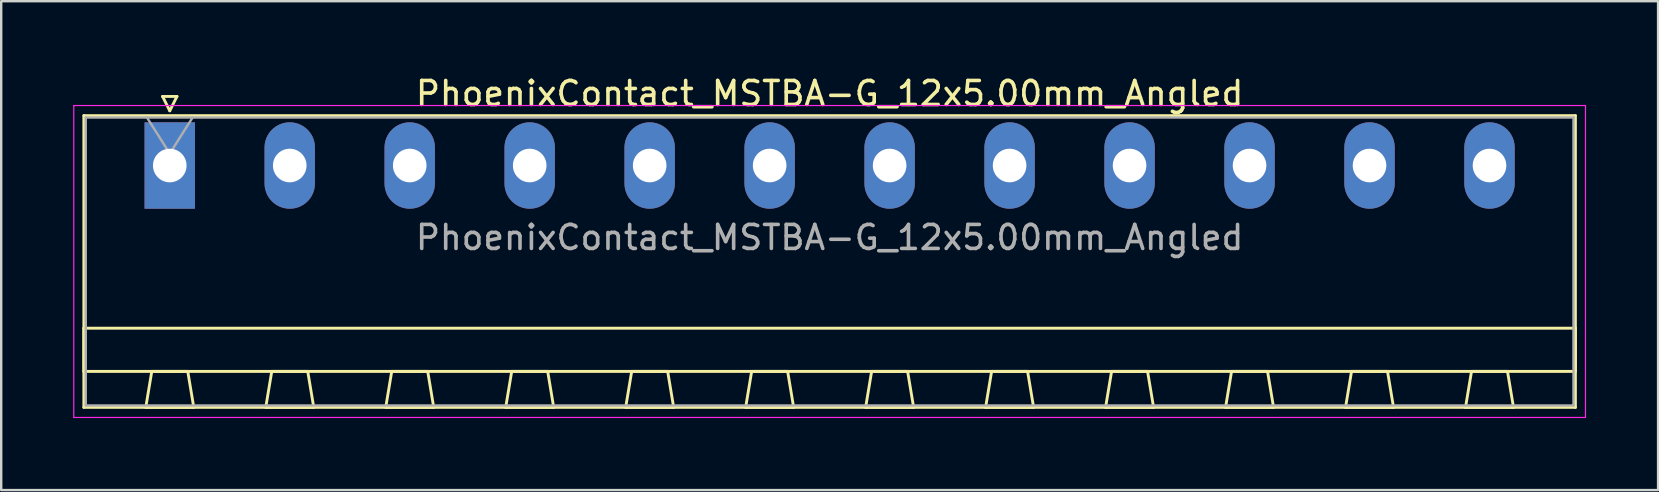
<source format=kicad_pcb>
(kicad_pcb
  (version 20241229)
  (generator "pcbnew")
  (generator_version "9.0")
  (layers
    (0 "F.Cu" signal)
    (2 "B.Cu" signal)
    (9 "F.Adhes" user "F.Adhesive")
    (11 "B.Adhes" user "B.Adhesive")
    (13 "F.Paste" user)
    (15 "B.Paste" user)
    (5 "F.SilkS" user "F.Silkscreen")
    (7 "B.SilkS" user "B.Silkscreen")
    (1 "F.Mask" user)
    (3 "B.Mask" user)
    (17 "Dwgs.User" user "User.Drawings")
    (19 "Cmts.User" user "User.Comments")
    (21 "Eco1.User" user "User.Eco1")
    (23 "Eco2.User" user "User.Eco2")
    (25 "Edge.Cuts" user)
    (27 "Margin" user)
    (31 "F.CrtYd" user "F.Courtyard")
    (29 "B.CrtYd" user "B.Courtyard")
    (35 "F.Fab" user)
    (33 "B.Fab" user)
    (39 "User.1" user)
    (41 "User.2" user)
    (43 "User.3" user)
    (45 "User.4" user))
  (footprint "PhoenixContact_MSTBA-G_12x5.00mm_Angled"
    (layer "F.Cu")
    (at 4.025 3.848)
    (property "Reference" "PhoenixContact_MSTBA-G_12x5.00mm_Angled" (at 27.5 -3 0) (layer "F.SilkS") (effects (font (size 1 1) (thickness 0.15))))
    (attr through_hole)
    (fp_line (start -3.58 -2.08) (end -3.58 10.08) (stroke (width 0.12) (type solid)) (layer "F.SilkS"))
    (fp_line (start -3.58 6.78) (end 58.58 6.78) (stroke (width 0.12) (type solid)) (layer "F.SilkS"))
    (fp_line (start -3.58 8.58) (end -3.58 6.78) (stroke (width 0.12) (type solid)) (layer "F.SilkS"))
    (fp_line (start -3.58 10.08) (end 58.58 10.08) (stroke (width 0.12) (type solid)) (layer "F.SilkS"))
    (fp_line (start -1 10.08) (end 1 10.08) (stroke (width 0.12) (type solid)) (layer "F.SilkS"))
    (fp_line (start -0.75 8.58) (end -1 10.08) (stroke (width 0.12) (type solid)) (layer "F.SilkS"))
    (fp_line (start -0.3 -2.88) (end 0.3 -2.88) (stroke (width 0.12) (type solid)) (layer "F.SilkS"))
    (fp_line (start 0 -2.28) (end -0.3 -2.88) (stroke (width 0.12) (type solid)) (layer "F.SilkS"))
    (fp_line (start 0.3 -2.88) (end 0 -2.28) (stroke (width 0.12) (type solid)) (layer "F.SilkS"))
    (fp_line (start 0.75 8.58) (end -0.75 8.58) (stroke (width 0.12) (type solid)) (layer "F.SilkS"))
    (fp_line (start 1 10.08) (end 0.75 8.58) (stroke (width 0.12) (type solid)) (layer "F.SilkS"))
    (fp_line (start 4 10.08) (end 6 10.08) (stroke (width 0.12) (type solid)) (layer "F.SilkS"))
    (fp_line (start 4.25 8.58) (end 4 10.08) (stroke (width 0.12) (type solid)) (layer "F.SilkS"))
    (fp_line (start 5.75 8.58) (end 4.25 8.58) (stroke (width 0.12) (type solid)) (layer "F.SilkS"))
    (fp_line (start 6 10.08) (end 5.75 8.58) (stroke (width 0.12) (type solid)) (layer "F.SilkS"))
    (fp_line (start 9 10.08) (end 11 10.08) (stroke (width 0.12) (type solid)) (layer "F.SilkS"))
    (fp_line (start 9.25 8.58) (end 9 10.08) (stroke (width 0.12) (type solid)) (layer "F.SilkS"))
    (fp_line (start 10.75 8.58) (end 9.25 8.58) (stroke (width 0.12) (type solid)) (layer "F.SilkS"))
    (fp_line (start 11 10.08) (end 10.75 8.58) (stroke (width 0.12) (type solid)) (layer "F.SilkS"))
    (fp_line (start 14 10.08) (end 16 10.08) (stroke (width 0.12) (type solid)) (layer "F.SilkS"))
    (fp_line (start 14.25 8.58) (end 14 10.08) (stroke (width 0.12) (type solid)) (layer "F.SilkS"))
    (fp_line (start 15.75 8.58) (end 14.25 8.58) (stroke (width 0.12) (type solid)) (layer "F.SilkS"))
    (fp_line (start 16 10.08) (end 15.75 8.58) (stroke (width 0.12) (type solid)) (layer "F.SilkS"))
    (fp_line (start 19 10.08) (end 21 10.08) (stroke (width 0.12) (type solid)) (layer "F.SilkS"))
    (fp_line (start 19.25 8.58) (end 19 10.08) (stroke (width 0.12) (type solid)) (layer "F.SilkS"))
    (fp_line (start 20.75 8.58) (end 19.25 8.58) (stroke (width 0.12) (type solid)) (layer "F.SilkS"))
    (fp_line (start 21 10.08) (end 20.75 8.58) (stroke (width 0.12) (type solid)) (layer "F.SilkS"))
    (fp_line (start 24 10.08) (end 26 10.08) (stroke (width 0.12) (type solid)) (layer "F.SilkS"))
    (fp_line (start 24.25 8.58) (end 24 10.08) (stroke (width 0.12) (type solid)) (layer "F.SilkS"))
    (fp_line (start 25.75 8.58) (end 24.25 8.58) (stroke (width 0.12) (type solid)) (layer "F.SilkS"))
    (fp_line (start 26 10.08) (end 25.75 8.58) (stroke (width 0.12) (type solid)) (layer "F.SilkS"))
    (fp_line (start 29 10.08) (end 31 10.08) (stroke (width 0.12) (type solid)) (layer "F.SilkS"))
    (fp_line (start 29.25 8.58) (end 29 10.08) (stroke (width 0.12) (type solid)) (layer "F.SilkS"))
    (fp_line (start 30.75 8.58) (end 29.25 8.58) (stroke (width 0.12) (type solid)) (layer "F.SilkS"))
    (fp_line (start 31 10.08) (end 30.75 8.58) (stroke (width 0.12) (type solid)) (layer "F.SilkS"))
    (fp_line (start 34 10.08) (end 36 10.08) (stroke (width 0.12) (type solid)) (layer "F.SilkS"))
    (fp_line (start 34.25 8.58) (end 34 10.08) (stroke (width 0.12) (type solid)) (layer "F.SilkS"))
    (fp_line (start 35.75 8.58) (end 34.25 8.58) (stroke (width 0.12) (type solid)) (layer "F.SilkS"))
    (fp_line (start 36 10.08) (end 35.75 8.58) (stroke (width 0.12) (type solid)) (layer "F.SilkS"))
    (fp_line (start 39 10.08) (end 41 10.08) (stroke (width 0.12) (type solid)) (layer "F.SilkS"))
    (fp_line (start 39.25 8.58) (end 39 10.08) (stroke (width 0.12) (type solid)) (layer "F.SilkS"))
    (fp_line (start 40.75 8.58) (end 39.25 8.58) (stroke (width 0.12) (type solid)) (layer "F.SilkS"))
    (fp_line (start 41 10.08) (end 40.75 8.58) (stroke (width 0.12) (type solid)) (layer "F.SilkS"))
    (fp_line (start 44 10.08) (end 46 10.08) (stroke (width 0.12) (type solid)) (layer "F.SilkS"))
    (fp_line (start 44.25 8.58) (end 44 10.08) (stroke (width 0.12) (type solid)) (layer "F.SilkS"))
    (fp_line (start 45.75 8.58) (end 44.25 8.58) (stroke (width 0.12) (type solid)) (layer "F.SilkS"))
    (fp_line (start 46 10.08) (end 45.75 8.58) (stroke (width 0.12) (type solid)) (layer "F.SilkS"))
    (fp_line (start 49 10.08) (end 51 10.08) (stroke (width 0.12) (type solid)) (layer "F.SilkS"))
    (fp_line (start 49.25 8.58) (end 49 10.08) (stroke (width 0.12) (type solid)) (layer "F.SilkS"))
    (fp_line (start 50.75 8.58) (end 49.25 8.58) (stroke (width 0.12) (type solid)) (layer "F.SilkS"))
    (fp_line (start 51 10.08) (end 50.75 8.58) (stroke (width 0.12) (type solid)) (layer "F.SilkS"))
    (fp_line (start 54 10.08) (end 56 10.08) (stroke (width 0.12) (type solid)) (layer "F.SilkS"))
    (fp_line (start 54.25 8.58) (end 54 10.08) (stroke (width 0.12) (type solid)) (layer "F.SilkS"))
    (fp_line (start 55.75 8.58) (end 54.25 8.58) (stroke (width 0.12) (type solid)) (layer "F.SilkS"))
    (fp_line (start 56 10.08) (end 55.75 8.58) (stroke (width 0.12) (type solid)) (layer "F.SilkS"))
    (fp_line (start 58.58 -2.08) (end -3.58 -2.08) (stroke (width 0.12) (type solid)) (layer "F.SilkS"))
    (fp_line (start 58.58 6.78) (end 58.58 8.58) (stroke (width 0.12) (type solid)) (layer "F.SilkS"))
    (fp_line (start 58.58 8.58) (end -3.58 8.58) (stroke (width 0.12) (type solid)) (layer "F.SilkS"))
    (fp_line (start 58.58 10.08) (end 58.58 -2.08) (stroke (width 0.12) (type solid)) (layer "F.SilkS"))
    (fp_line (start -4 -2.5) (end -4 10.5) (stroke (width 0.05) (type solid)) (layer "F.CrtYd"))
    (fp_line (start -4 10.5) (end 59 10.5) (stroke (width 0.05) (type solid)) (layer "F.CrtYd"))
    (fp_line (start 59 -2.5) (end -4 -2.5) (stroke (width 0.05) (type solid)) (layer "F.CrtYd"))
    (fp_line (start 59 10.5) (end 59 -2.5) (stroke (width 0.05) (type solid)) (layer "F.CrtYd"))
    (fp_line (start -3.5 -2) (end -3.5 10) (stroke (width 0.1) (type solid)) (layer "F.Fab"))
    (fp_line (start -3.5 10) (end 58.5 10) (stroke (width 0.1) (type solid)) (layer "F.Fab"))
    (fp_line (start 0 -0.5) (end -0.95 -2) (stroke (width 0.1) (type solid)) (layer "F.Fab"))
    (fp_line (start 0.95 -2) (end 0 -0.5) (stroke (width 0.1) (type solid)) (layer "F.Fab"))
    (fp_line (start 58.5 -2) (end -3.5 -2) (stroke (width 0.1) (type solid)) (layer "F.Fab"))
    (fp_line (start 58.5 10) (end 58.5 -2) (stroke (width 0.1) (type solid)) (layer "F.Fab"))
    (fp_text user "${REFERENCE}" (at 27.5 3 0) (layer "F.Fab") (effects (font (size 1 1) (thickness 0.15))))
    (pad "1" thru_hole rect (at 0 0) (size 2.1 3.6) (drill 1.4) (layers "*.Cu" "*.Mask"))
    (pad "2" thru_hole oval (at 5 0) (size 2.1 3.6) (drill 1.4) (layers "*.Cu" "*.Mask"))
    (pad "3" thru_hole oval (at 10 0) (size 2.1 3.6) (drill 1.4) (layers "*.Cu" "*.Mask"))
    (pad "4" thru_hole oval (at 15 0) (size 2.1 3.6) (drill 1.4) (layers "*.Cu" "*.Mask"))
    (pad "5" thru_hole oval (at 20 0) (size 2.1 3.6) (drill 1.4) (layers "*.Cu" "*.Mask"))
    (pad "6" thru_hole oval (at 25 0) (size 2.1 3.6) (drill 1.4) (layers "*.Cu" "*.Mask"))
    (pad "7" thru_hole oval (at 30 0) (size 2.1 3.6) (drill 1.4) (layers "*.Cu" "*.Mask"))
    (pad "8" thru_hole oval (at 35 0) (size 2.1 3.6) (drill 1.4) (layers "*.Cu" "*.Mask"))
    (pad "9" thru_hole oval (at 40 0) (size 2.1 3.6) (drill 1.4) (layers "*.Cu" "*.Mask"))
    (pad "10" thru_hole oval (at 45 0) (size 2.1 3.6) (drill 1.4) (layers "*.Cu" "*.Mask"))
    (pad "11" thru_hole oval (at 50 0) (size 2.1 3.6) (drill 1.4) (layers "*.Cu" "*.Mask"))
    (pad "12" thru_hole oval (at 55 0) (size 2.1 3.6) (drill 1.4) (layers "*.Cu" "*.Mask")))
  (gr_rect
    (start -3 -3)
    (end 66.05 17.373)
    (stroke (width 0.1) (type default))
    (fill no)
    (layer "Edge.Cuts")))
</source>
